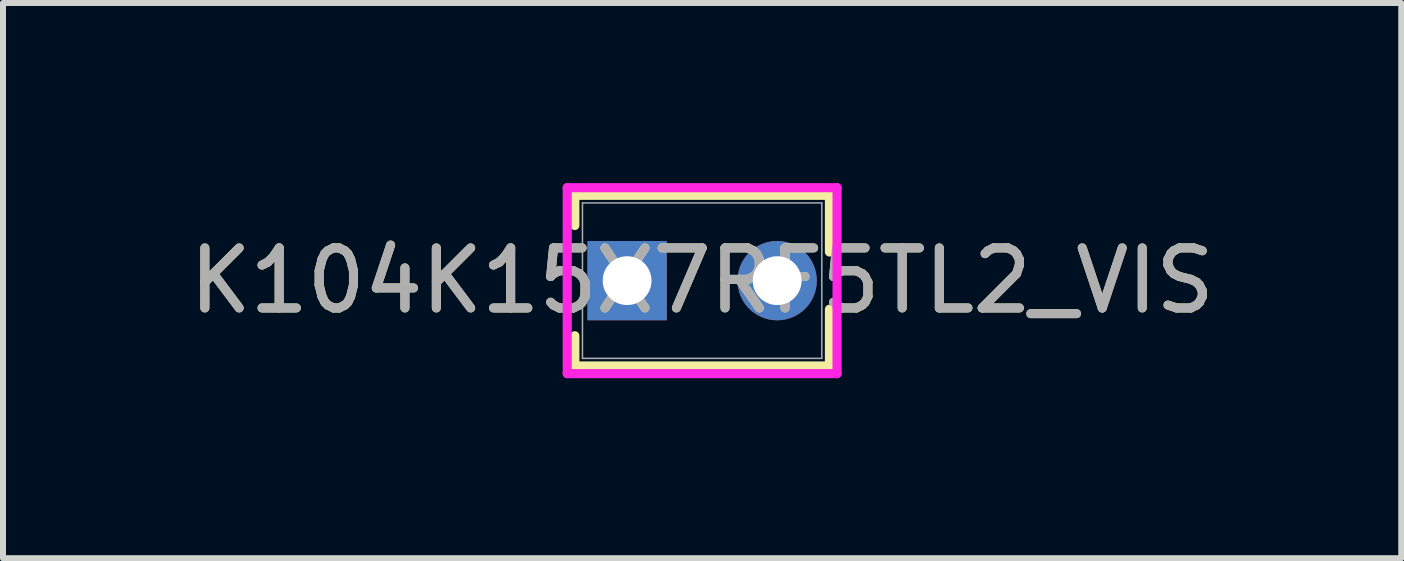
<source format=kicad_pcb>
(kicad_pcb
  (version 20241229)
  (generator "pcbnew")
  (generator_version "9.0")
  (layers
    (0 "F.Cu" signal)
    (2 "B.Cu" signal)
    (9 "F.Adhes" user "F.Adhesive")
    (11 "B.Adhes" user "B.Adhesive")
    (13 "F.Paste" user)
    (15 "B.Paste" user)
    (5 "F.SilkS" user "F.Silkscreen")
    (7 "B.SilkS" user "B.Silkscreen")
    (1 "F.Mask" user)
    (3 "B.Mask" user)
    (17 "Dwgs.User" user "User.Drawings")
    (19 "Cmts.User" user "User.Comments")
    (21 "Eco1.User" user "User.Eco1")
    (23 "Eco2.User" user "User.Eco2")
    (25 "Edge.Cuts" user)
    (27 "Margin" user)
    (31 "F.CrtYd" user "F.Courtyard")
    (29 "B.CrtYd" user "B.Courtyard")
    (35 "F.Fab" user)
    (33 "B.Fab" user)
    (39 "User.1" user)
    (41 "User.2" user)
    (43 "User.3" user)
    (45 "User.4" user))
  (footprint "K104K15X7RF5TL2_VIS"
    (layer "F.Cu")
    (at 7.399 1.626)
    (property "Reference" "K104K15X7RF5TL2_VIS" (at 1.25 0 0) (unlocked yes) (layer "F.SilkS") (effects (font (size 1 1) (thickness 0.15))))
    (attr through_hole)
    (fp_line (start -0.871 -1.422) (end -0.871 -0.918) (stroke (width 0.152) (type solid)) (layer "F.SilkS"))
    (fp_line (start -0.871 0.918) (end -0.871 1.422) (stroke (width 0.152) (type solid)) (layer "F.SilkS"))
    (fp_line (start 3.371 -1.422) (end -0.871 -1.422) (stroke (width 0.152) (type solid)) (layer "F.SilkS"))
    (fp_line (start 3.371 -1.422) (end 3.371 -0.477) (stroke (width 0.152) (type solid)) (layer "F.SilkS"))
    (fp_line (start 3.371 0.477) (end 3.371 1.422) (stroke (width 0.152) (type solid)) (layer "F.SilkS"))
    (fp_line (start 3.371 1.422) (end -0.871 1.422) (stroke (width 0.152) (type solid)) (layer "F.SilkS"))
    (fp_line (start -0.998 -1.549) (end 3.498 -1.549) (stroke (width 0.152) (type solid)) (layer "F.CrtYd"))
    (fp_line (start -0.998 1.549) (end -0.998 -1.549) (stroke (width 0.152) (type solid)) (layer "F.CrtYd"))
    (fp_line (start 3.498 -1.549) (end 3.498 1.549) (stroke (width 0.152) (type solid)) (layer "F.CrtYd"))
    (fp_line (start 3.498 1.549) (end -0.998 1.549) (stroke (width 0.152) (type solid)) (layer "F.CrtYd"))
    (fp_line (start -0.744 -1.295) (end -0.744 1.295) (stroke (width 0.025) (type solid)) (layer "F.Fab"))
    (fp_line (start 3.244 -1.295) (end -0.744 -1.295) (stroke (width 0.025) (type solid)) (layer "F.Fab"))
    (fp_line (start 3.244 -1.295) (end 3.244 1.295) (stroke (width 0.025) (type solid)) (layer "F.Fab"))
    (fp_line (start 3.244 1.295) (end -0.744 1.295) (stroke (width 0.025) (type solid)) (layer "F.Fab"))
    (fp_circle (center -0.236 0) (end -0.236 0) (stroke (width 0.025) (type solid)) (fill no) (layer "F.Fab"))
    (fp_text user "${REFERENCE}" (at 1.25 0 0) (unlocked yes) (layer "F.Fab") (effects (font (size 1 1) (thickness 0.15))))
    (pad "1" thru_hole rect (at 0 0) (size 1.321 1.321) (drill 0.813) (layers "*.Cu" "*.Mask"))
    (pad "2" thru_hole circle (at 2.5 0) (size 1.321 1.321) (drill 0.813) (layers "*.Cu" "*.Mask")))
  (gr_rect
    (start -3 -3)
    (end 20.298 6.251)
    (stroke (width 0.1) (type default))
    (fill no)
    (layer "Edge.Cuts")))
</source>
